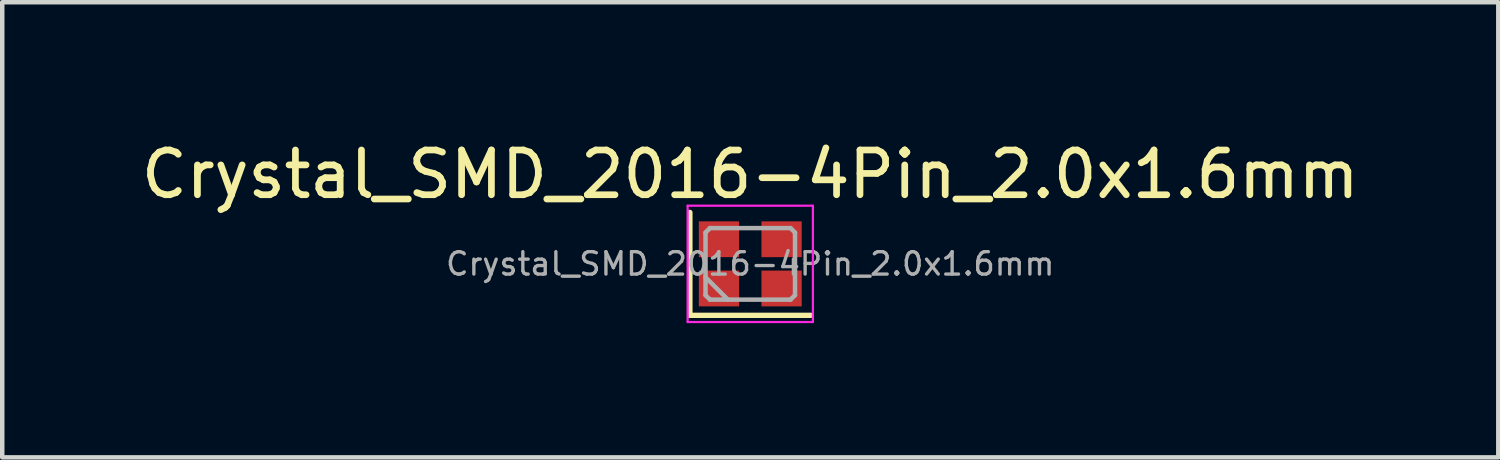
<source format=kicad_pcb>
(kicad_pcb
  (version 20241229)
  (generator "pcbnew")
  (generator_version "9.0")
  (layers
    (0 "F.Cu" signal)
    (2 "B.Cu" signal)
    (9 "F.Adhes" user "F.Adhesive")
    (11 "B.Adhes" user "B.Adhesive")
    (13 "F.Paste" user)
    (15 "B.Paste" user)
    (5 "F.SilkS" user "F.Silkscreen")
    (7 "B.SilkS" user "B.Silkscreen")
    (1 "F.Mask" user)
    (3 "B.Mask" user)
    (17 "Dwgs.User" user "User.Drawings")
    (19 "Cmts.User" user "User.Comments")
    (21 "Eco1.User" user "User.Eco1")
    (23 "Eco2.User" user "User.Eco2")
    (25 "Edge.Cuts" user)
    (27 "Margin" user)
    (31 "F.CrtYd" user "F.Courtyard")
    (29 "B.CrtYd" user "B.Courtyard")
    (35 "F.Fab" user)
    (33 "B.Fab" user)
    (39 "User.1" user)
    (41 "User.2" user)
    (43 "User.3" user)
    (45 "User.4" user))
  (footprint "Crystal_SMD_2016-4Pin_2.0x1.6mm"
    (layer "F.Cu")
    (at 13.72 2.848)
    (property "Reference" "Crystal_SMD_2016-4Pin_2.0x1.6mm" (at 0 -2 0) (layer "F.SilkS") (effects (font (size 1 1) (thickness 0.15))))
    (attr smd)
    (fp_line (start -1.35 -1.15) (end -1.35 1.15) (stroke (width 0.12) (type solid)) (layer "F.SilkS"))
    (fp_line (start -1.35 1.15) (end 1.35 1.15) (stroke (width 0.12) (type solid)) (layer "F.SilkS"))
    (fp_line (start -1.4 -1.3) (end -1.4 1.3) (stroke (width 0.05) (type solid)) (layer "F.CrtYd"))
    (fp_line (start -1.4 1.3) (end 1.4 1.3) (stroke (width 0.05) (type solid)) (layer "F.CrtYd"))
    (fp_line (start 1.4 -1.3) (end -1.4 -1.3) (stroke (width 0.05) (type solid)) (layer "F.CrtYd"))
    (fp_line (start 1.4 1.3) (end 1.4 -1.3) (stroke (width 0.05) (type solid)) (layer "F.CrtYd"))
    (fp_line (start -1 -0.7) (end -0.9 -0.8) (stroke (width 0.1) (type solid)) (layer "F.Fab"))
    (fp_line (start -1 0.3) (end -0.5 0.8) (stroke (width 0.1) (type solid)) (layer "F.Fab"))
    (fp_line (start -1 0.7) (end -1 -0.7) (stroke (width 0.1) (type solid)) (layer "F.Fab"))
    (fp_line (start -0.9 -0.8) (end 0.9 -0.8) (stroke (width 0.1) (type solid)) (layer "F.Fab"))
    (fp_line (start -0.9 0.8) (end -1 0.7) (stroke (width 0.1) (type solid)) (layer "F.Fab"))
    (fp_line (start 0.9 -0.8) (end 1 -0.7) (stroke (width 0.1) (type solid)) (layer "F.Fab"))
    (fp_line (start 0.9 0.8) (end -0.9 0.8) (stroke (width 0.1) (type solid)) (layer "F.Fab"))
    (fp_line (start 1 -0.7) (end 1 0.7) (stroke (width 0.1) (type solid)) (layer "F.Fab"))
    (fp_line (start 1 0.7) (end 0.9 0.8) (stroke (width 0.1) (type solid)) (layer "F.Fab"))
    (fp_text user "${REFERENCE}" (at 0 0 0) (layer "F.Fab") (effects (font (size 0.5 0.5) (thickness 0.075))))
    (pad "1" smd rect (at -0.7 0.55) (size 0.9 0.8) (layers "F.Cu" "F.Mask" "F.Paste"))
    (pad "2" smd rect (at 0.7 0.55) (size 0.9 0.8) (layers "F.Cu" "F.Mask" "F.Paste"))
    (pad "3" smd rect (at 0.7 -0.55) (size 0.9 0.8) (layers "F.Cu" "F.Mask" "F.Paste"))
    (pad "4" smd rect (at -0.7 -0.55) (size 0.9 0.8) (layers "F.Cu" "F.Mask" "F.Paste")))
  (gr_rect
    (start -3 -3)
    (end 30.44 7.173)
    (stroke (width 0.1) (type default))
    (fill no)
    (layer "Edge.Cuts")))
</source>
